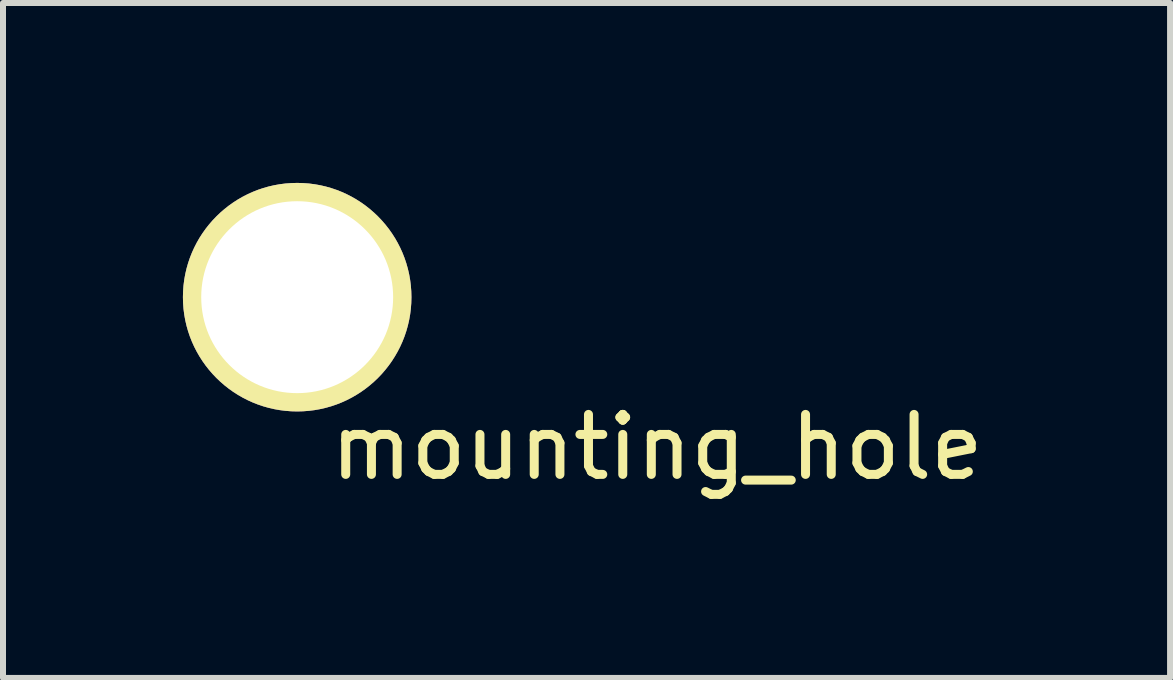
<source format=kicad_pcb>
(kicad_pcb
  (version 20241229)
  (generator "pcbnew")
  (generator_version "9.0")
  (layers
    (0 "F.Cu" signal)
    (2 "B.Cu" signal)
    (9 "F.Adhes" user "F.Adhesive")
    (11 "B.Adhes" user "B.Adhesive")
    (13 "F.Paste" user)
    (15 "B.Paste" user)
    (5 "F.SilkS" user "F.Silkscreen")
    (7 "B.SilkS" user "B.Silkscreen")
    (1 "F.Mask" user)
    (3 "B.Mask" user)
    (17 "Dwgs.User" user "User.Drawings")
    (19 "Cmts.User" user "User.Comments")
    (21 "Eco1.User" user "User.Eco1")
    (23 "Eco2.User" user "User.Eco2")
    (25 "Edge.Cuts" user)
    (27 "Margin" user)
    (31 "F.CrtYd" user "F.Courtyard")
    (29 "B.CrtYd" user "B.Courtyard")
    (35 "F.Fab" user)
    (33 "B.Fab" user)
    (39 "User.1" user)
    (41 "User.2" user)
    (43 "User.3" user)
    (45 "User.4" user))
  (footprint "mounting_hole"
    (layer "F.Cu")
    (at 1.905 1.905)
    (property "Reference" "mounting_hole" (at 6 2.5 0) (layer "F.SilkS") (effects (font (size 1 1) (thickness 0.15))))
    (attr through_hole)
    (pad "" np_thru_hole circle (at 0 0) (size 3.81 3.81) (drill 3.2) (layers "*.Cu" "*.Mask" "F.SilkS")))
  (gr_rect
    (start -3 -3)
    (end 16.459 8.253)
    (stroke (width 0.1) (type default))
    (fill no)
    (layer "Edge.Cuts")))
</source>
